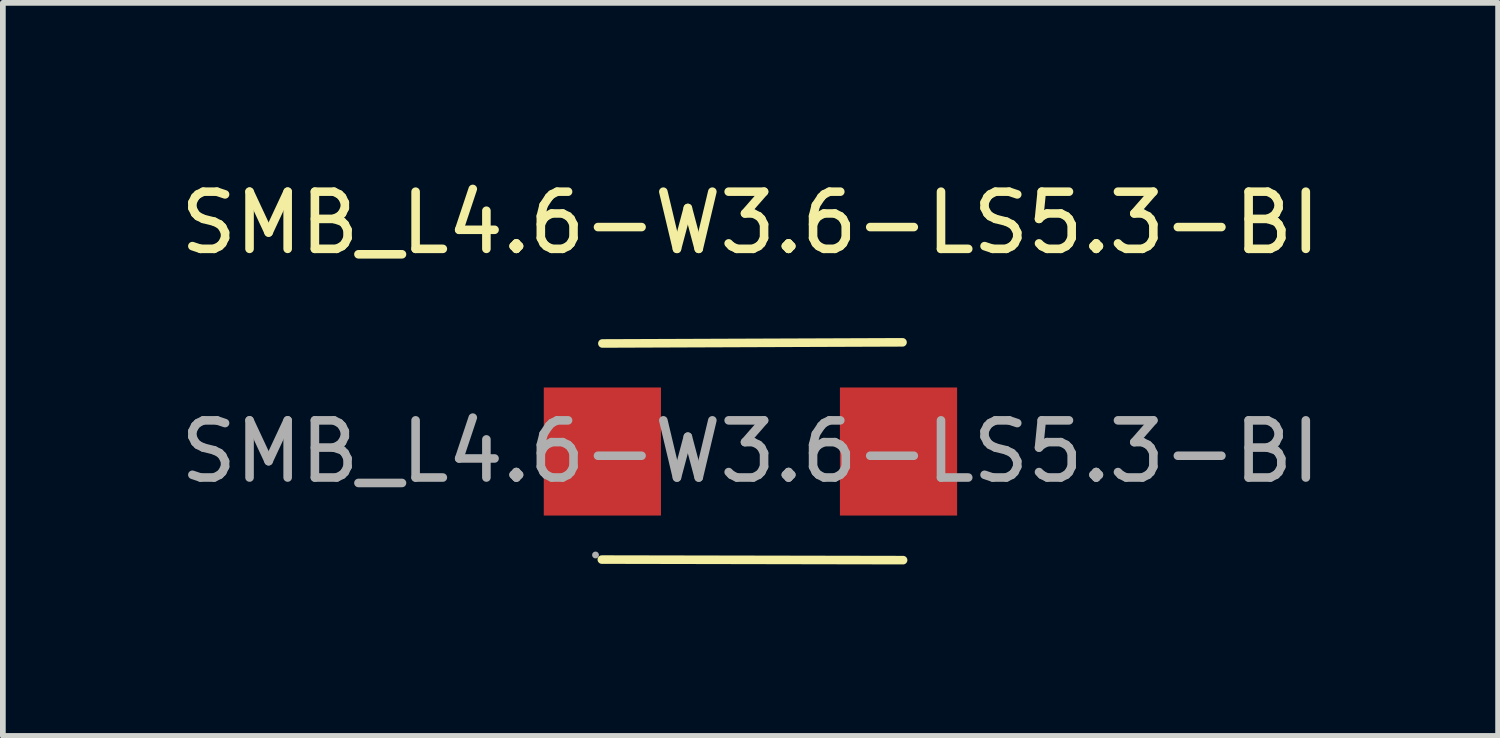
<source format=kicad_pcb>
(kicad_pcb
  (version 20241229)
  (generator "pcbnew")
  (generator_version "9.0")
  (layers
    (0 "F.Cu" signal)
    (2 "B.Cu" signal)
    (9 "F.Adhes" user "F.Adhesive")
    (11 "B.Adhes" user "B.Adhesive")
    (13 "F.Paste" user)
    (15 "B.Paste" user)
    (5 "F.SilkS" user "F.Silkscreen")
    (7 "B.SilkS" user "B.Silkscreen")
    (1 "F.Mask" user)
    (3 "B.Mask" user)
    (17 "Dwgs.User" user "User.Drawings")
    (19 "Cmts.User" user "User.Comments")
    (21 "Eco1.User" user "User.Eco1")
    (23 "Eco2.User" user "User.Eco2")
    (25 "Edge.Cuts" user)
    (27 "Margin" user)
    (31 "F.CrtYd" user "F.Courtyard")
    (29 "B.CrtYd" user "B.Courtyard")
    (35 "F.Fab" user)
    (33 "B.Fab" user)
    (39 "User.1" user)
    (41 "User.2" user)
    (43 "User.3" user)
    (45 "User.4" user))
  (footprint "SMB_L4.6-W3.6-LS5.3-BI"
    (layer "F.Cu")
    (at 10.077 4.848)
    (property "Reference" "SMB_L4.6-W3.6-LS5.3-BI" (at 0 -4 0) (layer "F.SilkS") (effects (font (size 1 1) (thickness 0.15))))
    (attr smd)
    (fp_line (start 2.66 -1.91) (end -2.59 -1.89) (stroke (width 0.15) (type solid)) (layer "F.SilkS"))
    (fp_line (start 2.67 1.9) (end -2.6 1.89) (stroke (width 0.15) (type solid)) (layer "F.SilkS"))
    (fp_circle (center -2.71 1.81) (end -2.68 1.81) (stroke (width 0.06) (type solid)) (fill no) (layer "F.Fab"))
    (fp_text user "${REFERENCE}" (at 0 0 0) (layer "F.Fab") (effects (font (size 1 1) (thickness 0.15))))
    (pad "1" smd rect (at -2.59 0) (size 2.05 2.24) (layers "F.Cu" "F.Mask" "F.Paste"))
    (pad "2" smd rect (at 2.59 0) (size 2.05 2.24) (layers "F.Cu" "F.Mask" "F.Paste")))
  (gr_rect
    (start -3 -3)
    (end 23.155 9.823)
    (stroke (width 0.1) (type default))
    (fill no)
    (layer "Edge.Cuts")))
</source>
